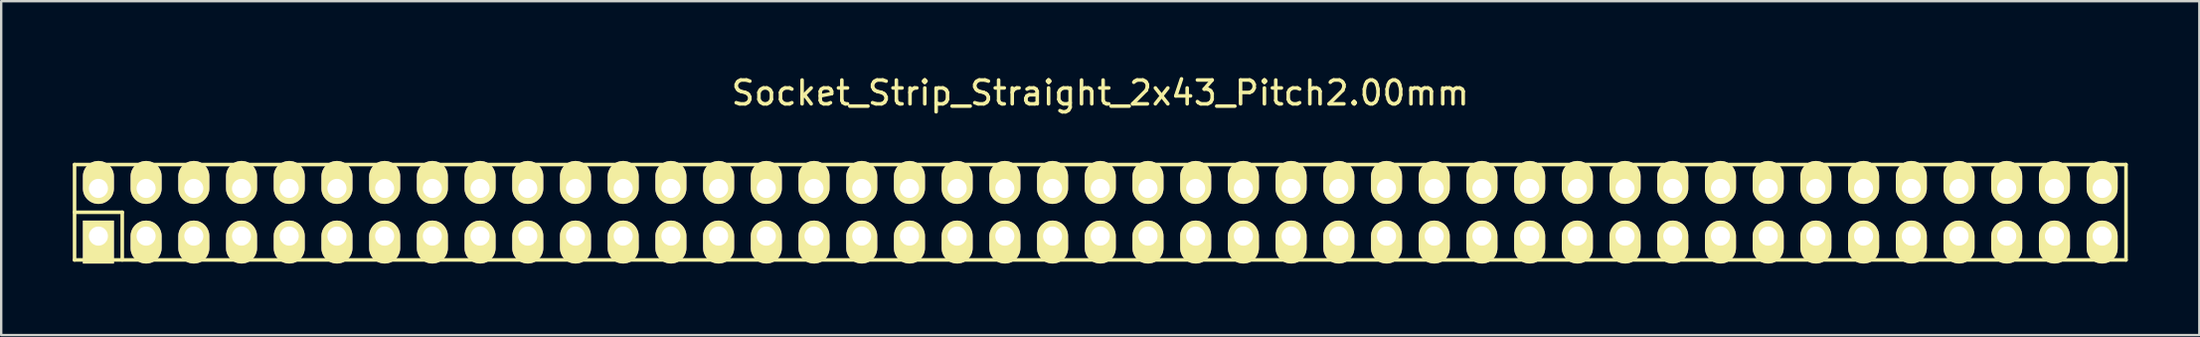
<source format=kicad_pcb>
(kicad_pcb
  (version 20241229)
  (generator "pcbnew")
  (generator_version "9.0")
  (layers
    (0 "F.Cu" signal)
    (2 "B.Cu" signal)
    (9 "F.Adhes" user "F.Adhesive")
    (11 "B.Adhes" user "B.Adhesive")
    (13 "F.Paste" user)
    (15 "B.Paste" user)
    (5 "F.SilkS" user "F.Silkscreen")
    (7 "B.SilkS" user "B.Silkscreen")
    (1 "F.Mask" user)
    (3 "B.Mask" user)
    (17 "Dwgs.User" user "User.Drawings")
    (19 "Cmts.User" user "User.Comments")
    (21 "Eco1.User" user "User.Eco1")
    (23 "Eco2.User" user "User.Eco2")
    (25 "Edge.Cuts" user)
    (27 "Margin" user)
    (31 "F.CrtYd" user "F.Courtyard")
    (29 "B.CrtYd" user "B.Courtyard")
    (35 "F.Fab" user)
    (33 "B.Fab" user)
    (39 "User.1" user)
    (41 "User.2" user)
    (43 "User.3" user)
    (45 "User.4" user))
  (footprint "Socket_Strip_Straight_2x43_Pitch2.00mm"
    (layer "F.Cu")
    (at 43.075 5.848)
    (property "Reference" "Socket_Strip_Straight_2x43_Pitch2.00mm" (at 0 -5 0) (layer "F.SilkS") (effects (font (size 1 1) (thickness 0.15))))
    (attr through_hole)
    (fp_line (start -43 -2) (end 43 -2) (stroke (width 0.15) (type solid)) (layer "F.SilkS"))
    (fp_line (start -43 0) (end -41 0) (stroke (width 0.15) (type solid)) (layer "F.SilkS"))
    (fp_line (start -43 2) (end -43 -2) (stroke (width 0.15) (type solid)) (layer "F.SilkS"))
    (fp_line (start -41 0) (end -41 2) (stroke (width 0.15) (type solid)) (layer "F.SilkS"))
    (fp_line (start 43 -2) (end 43 2) (stroke (width 0.15) (type solid)) (layer "F.SilkS"))
    (fp_line (start 43 2) (end -43 2) (stroke (width 0.15) (type solid)) (layer "F.SilkS"))
    (pad "1" thru_hole rect (at -42 1) (size 1.3 1.8) (drill 0.8 (offset 0 0.25)) (layers "*.Cu" "*.Mask" "F.SilkS"))
    (pad "2" thru_hole oval (at -42 -1) (size 1.3 1.8) (drill 0.8 (offset 0 -0.25)) (layers "*.Cu" "*.Mask" "F.SilkS"))
    (pad "3" thru_hole oval (at -40 1) (size 1.3 1.8) (drill 0.8 (offset 0 0.25)) (layers "*.Cu" "*.Mask" "F.SilkS"))
    (pad "4" thru_hole oval (at -40 -1) (size 1.3 1.8) (drill 0.8 (offset 0 -0.25)) (layers "*.Cu" "*.Mask" "F.SilkS"))
    (pad "5" thru_hole oval (at -38 1) (size 1.3 1.8) (drill 0.8 (offset 0 0.25)) (layers "*.Cu" "*.Mask" "F.SilkS"))
    (pad "6" thru_hole oval (at -38 -1) (size 1.3 1.8) (drill 0.8 (offset 0 -0.25)) (layers "*.Cu" "*.Mask" "F.SilkS"))
    (pad "7" thru_hole oval (at -36 1) (size 1.3 1.8) (drill 0.8 (offset 0 0.25)) (layers "*.Cu" "*.Mask" "F.SilkS"))
    (pad "8" thru_hole oval (at -36 -1) (size 1.3 1.8) (drill 0.8 (offset 0 -0.25)) (layers "*.Cu" "*.Mask" "F.SilkS"))
    (pad "9" thru_hole oval (at -34 1) (size 1.3 1.8) (drill 0.8 (offset 0 0.25)) (layers "*.Cu" "*.Mask" "F.SilkS"))
    (pad "10" thru_hole oval (at -34 -1) (size 1.3 1.8) (drill 0.8 (offset 0 -0.25)) (layers "*.Cu" "*.Mask" "F.SilkS"))
    (pad "11" thru_hole oval (at -32 1) (size 1.3 1.8) (drill 0.8 (offset 0 0.25)) (layers "*.Cu" "*.Mask" "F.SilkS"))
    (pad "12" thru_hole oval (at -32 -1) (size 1.3 1.8) (drill 0.8 (offset 0 -0.25)) (layers "*.Cu" "*.Mask" "F.SilkS"))
    (pad "13" thru_hole oval (at -30 1) (size 1.3 1.8) (drill 0.8 (offset 0 0.25)) (layers "*.Cu" "*.Mask" "F.SilkS"))
    (pad "14" thru_hole oval (at -30 -1) (size 1.3 1.8) (drill 0.8 (offset 0 -0.25)) (layers "*.Cu" "*.Mask" "F.SilkS"))
    (pad "15" thru_hole oval (at -28 1) (size 1.3 1.8) (drill 0.8 (offset 0 0.25)) (layers "*.Cu" "*.Mask" "F.SilkS"))
    (pad "16" thru_hole oval (at -28 -1) (size 1.3 1.8) (drill 0.8 (offset 0 -0.25)) (layers "*.Cu" "*.Mask" "F.SilkS"))
    (pad "17" thru_hole oval (at -26 1) (size 1.3 1.8) (drill 0.8 (offset 0 0.25)) (layers "*.Cu" "*.Mask" "F.SilkS"))
    (pad "18" thru_hole oval (at -26 -1) (size 1.3 1.8) (drill 0.8 (offset 0 -0.25)) (layers "*.Cu" "*.Mask" "F.SilkS"))
    (pad "19" thru_hole oval (at -24 1) (size 1.3 1.8) (drill 0.8 (offset 0 0.25)) (layers "*.Cu" "*.Mask" "F.SilkS"))
    (pad "20" thru_hole oval (at -24 -1) (size 1.3 1.8) (drill 0.8 (offset 0 -0.25)) (layers "*.Cu" "*.Mask" "F.SilkS"))
    (pad "21" thru_hole oval (at -22 1) (size 1.3 1.8) (drill 0.8 (offset 0 0.25)) (layers "*.Cu" "*.Mask" "F.SilkS"))
    (pad "22" thru_hole oval (at -22 -1) (size 1.3 1.8) (drill 0.8 (offset 0 -0.25)) (layers "*.Cu" "*.Mask" "F.SilkS"))
    (pad "23" thru_hole oval (at -20 1) (size 1.3 1.8) (drill 0.8 (offset 0 0.25)) (layers "*.Cu" "*.Mask" "F.SilkS"))
    (pad "24" thru_hole oval (at -20 -1) (size 1.3 1.8) (drill 0.8 (offset 0 -0.25)) (layers "*.Cu" "*.Mask" "F.SilkS"))
    (pad "25" thru_hole oval (at -18 1) (size 1.3 1.8) (drill 0.8 (offset 0 0.25)) (layers "*.Cu" "*.Mask" "F.SilkS"))
    (pad "26" thru_hole oval (at -18 -1) (size 1.3 1.8) (drill 0.8 (offset 0 -0.25)) (layers "*.Cu" "*.Mask" "F.SilkS"))
    (pad "27" thru_hole oval (at -16 1) (size 1.3 1.8) (drill 0.8 (offset 0 0.25)) (layers "*.Cu" "*.Mask" "F.SilkS"))
    (pad "28" thru_hole oval (at -16 -1) (size 1.3 1.8) (drill 0.8 (offset 0 -0.25)) (layers "*.Cu" "*.Mask" "F.SilkS"))
    (pad "29" thru_hole oval (at -14 1) (size 1.3 1.8) (drill 0.8 (offset 0 0.25)) (layers "*.Cu" "*.Mask" "F.SilkS"))
    (pad "30" thru_hole oval (at -14 -1) (size 1.3 1.8) (drill 0.8 (offset 0 -0.25)) (layers "*.Cu" "*.Mask" "F.SilkS"))
    (pad "31" thru_hole oval (at -12 1) (size 1.3 1.8) (drill 0.8 (offset 0 0.25)) (layers "*.Cu" "*.Mask" "F.SilkS"))
    (pad "32" thru_hole oval (at -12 -1) (size 1.3 1.8) (drill 0.8 (offset 0 -0.25)) (layers "*.Cu" "*.Mask" "F.SilkS"))
    (pad "33" thru_hole oval (at -10 1) (size 1.3 1.8) (drill 0.8 (offset 0 0.25)) (layers "*.Cu" "*.Mask" "F.SilkS"))
    (pad "34" thru_hole oval (at -10 -1) (size 1.3 1.8) (drill 0.8 (offset 0 -0.25)) (layers "*.Cu" "*.Mask" "F.SilkS"))
    (pad "35" thru_hole oval (at -8 1) (size 1.3 1.8) (drill 0.8 (offset 0 0.25)) (layers "*.Cu" "*.Mask" "F.SilkS"))
    (pad "36" thru_hole oval (at -8 -1) (size 1.3 1.8) (drill 0.8 (offset 0 -0.25)) (layers "*.Cu" "*.Mask" "F.SilkS"))
    (pad "37" thru_hole oval (at -6 1) (size 1.3 1.8) (drill 0.8 (offset 0 0.25)) (layers "*.Cu" "*.Mask" "F.SilkS"))
    (pad "38" thru_hole oval (at -6 -1) (size 1.3 1.8) (drill 0.8 (offset 0 -0.25)) (layers "*.Cu" "*.Mask" "F.SilkS"))
    (pad "39" thru_hole oval (at -4 1) (size 1.3 1.8) (drill 0.8 (offset 0 0.25)) (layers "*.Cu" "*.Mask" "F.SilkS"))
    (pad "40" thru_hole oval (at -4 -1) (size 1.3 1.8) (drill 0.8 (offset 0 -0.25)) (layers "*.Cu" "*.Mask" "F.SilkS"))
    (pad "41" thru_hole oval (at -2 1) (size 1.3 1.8) (drill 0.8 (offset 0 0.25)) (layers "*.Cu" "*.Mask" "F.SilkS"))
    (pad "42" thru_hole oval (at -2 -1) (size 1.3 1.8) (drill 0.8 (offset 0 -0.25)) (layers "*.Cu" "*.Mask" "F.SilkS"))
    (pad "43" thru_hole oval (at 0 1) (size 1.3 1.8) (drill 0.8 (offset 0 0.25)) (layers "*.Cu" "*.Mask" "F.SilkS"))
    (pad "44" thru_hole oval (at 0 -1) (size 1.3 1.8) (drill 0.8 (offset 0 -0.25)) (layers "*.Cu" "*.Mask" "F.SilkS"))
    (pad "45" thru_hole oval (at 2 1) (size 1.3 1.8) (drill 0.8 (offset 0 0.25)) (layers "*.Cu" "*.Mask" "F.SilkS"))
    (pad "46" thru_hole oval (at 2 -1) (size 1.3 1.8) (drill 0.8 (offset 0 -0.25)) (layers "*.Cu" "*.Mask" "F.SilkS"))
    (pad "47" thru_hole oval (at 4 1) (size 1.3 1.8) (drill 0.8 (offset 0 0.25)) (layers "*.Cu" "*.Mask" "F.SilkS"))
    (pad "48" thru_hole oval (at 4 -1) (size 1.3 1.8) (drill 0.8 (offset 0 -0.25)) (layers "*.Cu" "*.Mask" "F.SilkS"))
    (pad "49" thru_hole oval (at 6 1) (size 1.3 1.8) (drill 0.8 (offset 0 0.25)) (layers "*.Cu" "*.Mask" "F.SilkS"))
    (pad "50" thru_hole oval (at 6 -1) (size 1.3 1.8) (drill 0.8 (offset 0 -0.25)) (layers "*.Cu" "*.Mask" "F.SilkS"))
    (pad "51" thru_hole oval (at 8 1) (size 1.3 1.8) (drill 0.8 (offset 0 0.25)) (layers "*.Cu" "*.Mask" "F.SilkS"))
    (pad "52" thru_hole oval (at 8 -1) (size 1.3 1.8) (drill 0.8 (offset 0 -0.25)) (layers "*.Cu" "*.Mask" "F.SilkS"))
    (pad "53" thru_hole oval (at 10 1) (size 1.3 1.8) (drill 0.8 (offset 0 0.25)) (layers "*.Cu" "*.Mask" "F.SilkS"))
    (pad "54" thru_hole oval (at 10 -1) (size 1.3 1.8) (drill 0.8 (offset 0 -0.25)) (layers "*.Cu" "*.Mask" "F.SilkS"))
    (pad "55" thru_hole oval (at 12 1) (size 1.3 1.8) (drill 0.8 (offset 0 0.25)) (layers "*.Cu" "*.Mask" "F.SilkS"))
    (pad "56" thru_hole oval (at 12 -1) (size 1.3 1.8) (drill 0.8 (offset 0 -0.25)) (layers "*.Cu" "*.Mask" "F.SilkS"))
    (pad "57" thru_hole oval (at 14 1) (size 1.3 1.8) (drill 0.8 (offset 0 0.25)) (layers "*.Cu" "*.Mask" "F.SilkS"))
    (pad "58" thru_hole oval (at 14 -1) (size 1.3 1.8) (drill 0.8 (offset 0 -0.25)) (layers "*.Cu" "*.Mask" "F.SilkS"))
    (pad "59" thru_hole oval (at 16 1) (size 1.3 1.8) (drill 0.8 (offset 0 0.25)) (layers "*.Cu" "*.Mask" "F.SilkS"))
    (pad "60" thru_hole oval (at 16 -1) (size 1.3 1.8) (drill 0.8 (offset 0 -0.25)) (layers "*.Cu" "*.Mask" "F.SilkS"))
    (pad "61" thru_hole oval (at 18 1) (size 1.3 1.8) (drill 0.8 (offset 0 0.25)) (layers "*.Cu" "*.Mask" "F.SilkS"))
    (pad "62" thru_hole oval (at 18 -1) (size 1.3 1.8) (drill 0.8 (offset 0 -0.25)) (layers "*.Cu" "*.Mask" "F.SilkS"))
    (pad "63" thru_hole oval (at 20 1) (size 1.3 1.8) (drill 0.8 (offset 0 0.25)) (layers "*.Cu" "*.Mask" "F.SilkS"))
    (pad "64" thru_hole oval (at 20 -1) (size 1.3 1.8) (drill 0.8 (offset 0 -0.25)) (layers "*.Cu" "*.Mask" "F.SilkS"))
    (pad "65" thru_hole oval (at 22 1) (size 1.3 1.8) (drill 0.8 (offset 0 0.25)) (layers "*.Cu" "*.Mask" "F.SilkS"))
    (pad "66" thru_hole oval (at 22 -1) (size 1.3 1.8) (drill 0.8 (offset 0 -0.25)) (layers "*.Cu" "*.Mask" "F.SilkS"))
    (pad "67" thru_hole oval (at 24 1) (size 1.3 1.8) (drill 0.8 (offset 0 0.25)) (layers "*.Cu" "*.Mask" "F.SilkS"))
    (pad "68" thru_hole oval (at 24 -1) (size 1.3 1.8) (drill 0.8 (offset 0 -0.25)) (layers "*.Cu" "*.Mask" "F.SilkS"))
    (pad "69" thru_hole oval (at 26 1) (size 1.3 1.8) (drill 0.8 (offset 0 0.25)) (layers "*.Cu" "*.Mask" "F.SilkS"))
    (pad "70" thru_hole oval (at 26 -1) (size 1.3 1.8) (drill 0.8 (offset 0 -0.25)) (layers "*.Cu" "*.Mask" "F.SilkS"))
    (pad "71" thru_hole oval (at 28 1) (size 1.3 1.8) (drill 0.8 (offset 0 0.25)) (layers "*.Cu" "*.Mask" "F.SilkS"))
    (pad "72" thru_hole oval (at 28 -1) (size 1.3 1.8) (drill 0.8 (offset 0 -0.25)) (layers "*.Cu" "*.Mask" "F.SilkS"))
    (pad "73" thru_hole oval (at 30 1) (size 1.3 1.8) (drill 0.8 (offset 0 0.25)) (layers "*.Cu" "*.Mask" "F.SilkS"))
    (pad "74" thru_hole oval (at 30 -1) (size 1.3 1.8) (drill 0.8 (offset 0 -0.25)) (layers "*.Cu" "*.Mask" "F.SilkS"))
    (pad "75" thru_hole oval (at 32 1) (size 1.3 1.8) (drill 0.8 (offset 0 0.25)) (layers "*.Cu" "*.Mask" "F.SilkS"))
    (pad "76" thru_hole oval (at 32 -1) (size 1.3 1.8) (drill 0.8 (offset 0 -0.25)) (layers "*.Cu" "*.Mask" "F.SilkS"))
    (pad "77" thru_hole oval (at 34 1) (size 1.3 1.8) (drill 0.8 (offset 0 0.25)) (layers "*.Cu" "*.Mask" "F.SilkS"))
    (pad "78" thru_hole oval (at 34 -1) (size 1.3 1.8) (drill 0.8 (offset 0 -0.25)) (layers "*.Cu" "*.Mask" "F.SilkS"))
    (pad "79" thru_hole oval (at 36 1) (size 1.3 1.8) (drill 0.8 (offset 0 0.25)) (layers "*.Cu" "*.Mask" "F.SilkS"))
    (pad "80" thru_hole oval (at 36 -1) (size 1.3 1.8) (drill 0.8 (offset 0 -0.25)) (layers "*.Cu" "*.Mask" "F.SilkS"))
    (pad "81" thru_hole oval (at 38 1) (size 1.3 1.8) (drill 0.8 (offset 0 0.25)) (layers "*.Cu" "*.Mask" "F.SilkS"))
    (pad "82" thru_hole oval (at 38 -1) (size 1.3 1.8) (drill 0.8 (offset 0 -0.25)) (layers "*.Cu" "*.Mask" "F.SilkS"))
    (pad "83" thru_hole oval (at 40 1) (size 1.3 1.8) (drill 0.8 (offset 0 0.25)) (layers "*.Cu" "*.Mask" "F.SilkS"))
    (pad "84" thru_hole oval (at 40 -1) (size 1.3 1.8) (drill 0.8 (offset 0 -0.25)) (layers "*.Cu" "*.Mask" "F.SilkS"))
    (pad "85" thru_hole oval (at 42 1) (size 1.3 1.8) (drill 0.8 (offset 0 0.25)) (layers "*.Cu" "*.Mask" "F.SilkS"))
    (pad "86" thru_hole oval (at 42 -1) (size 1.3 1.8) (drill 0.8 (offset 0 -0.25)) (layers "*.Cu" "*.Mask" "F.SilkS")))
  (gr_rect
    (start -3 -3)
    (end 89.15 10.998)
    (stroke (width 0.1) (type default))
    (fill no)
    (layer "Edge.Cuts")))
</source>
